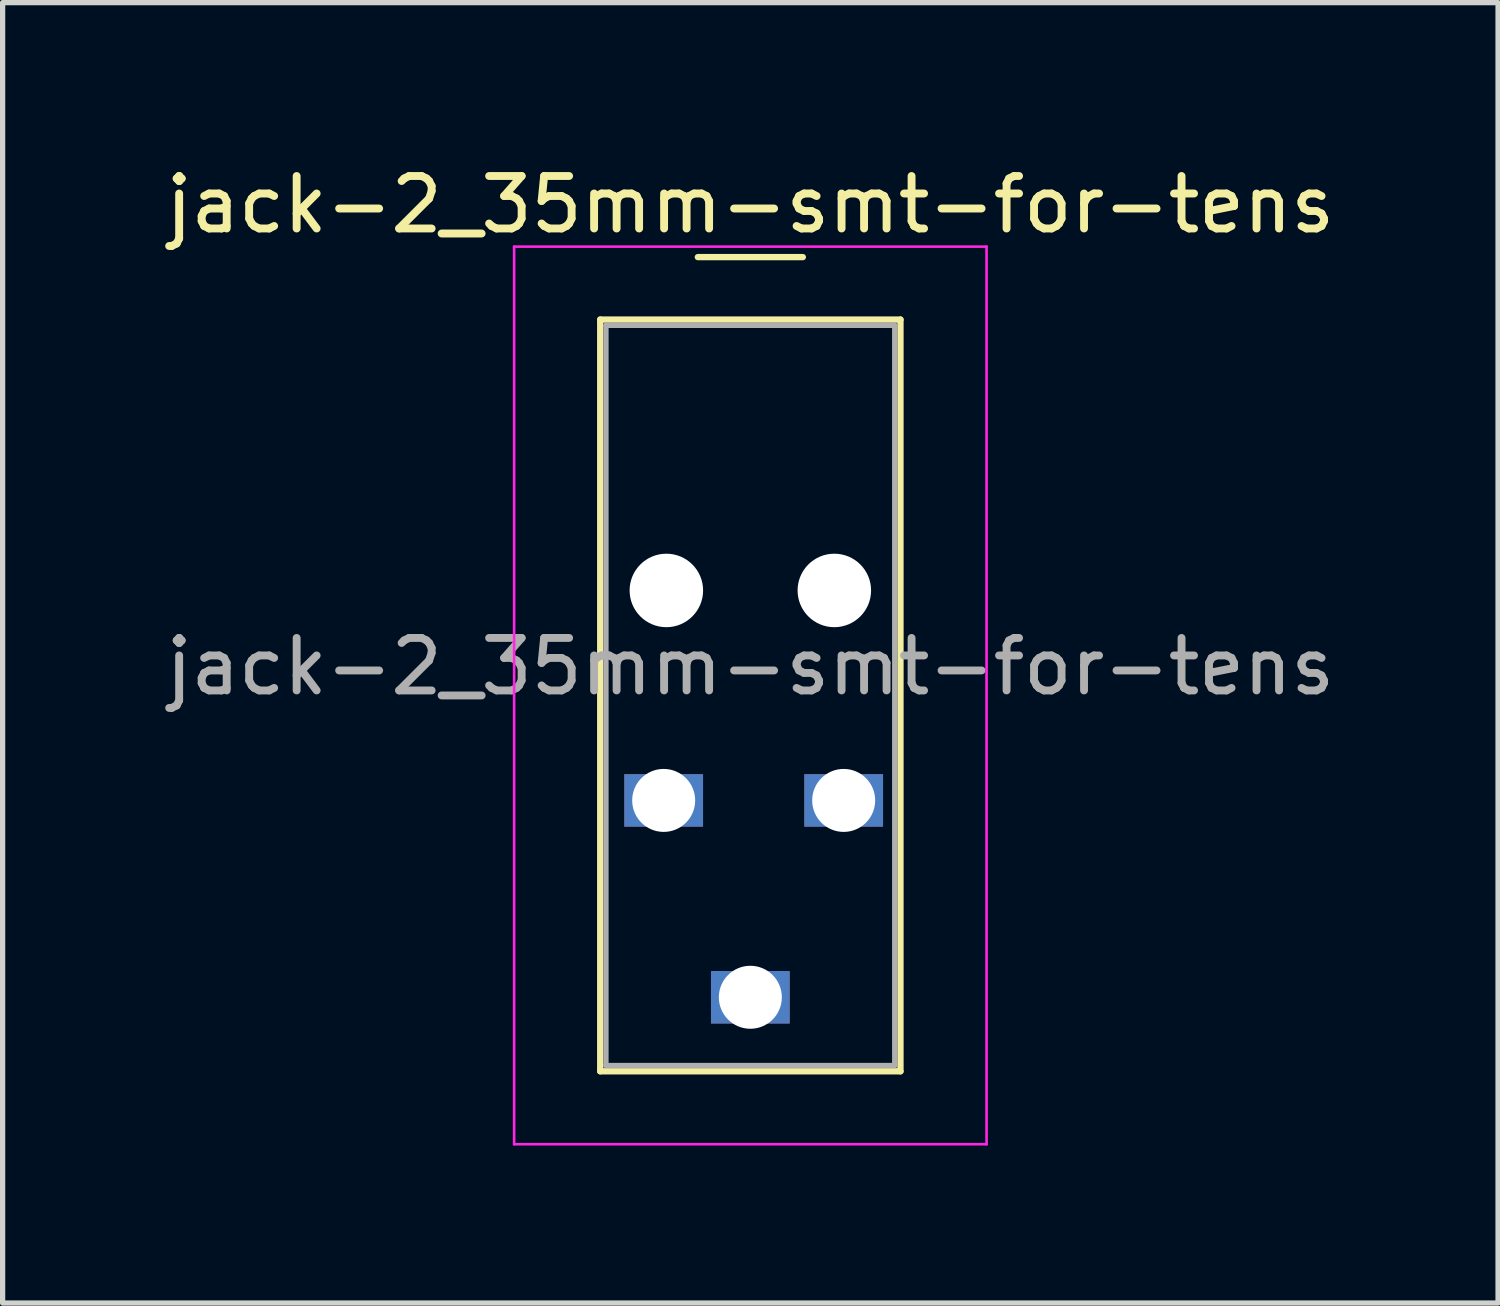
<source format=kicad_pcb>
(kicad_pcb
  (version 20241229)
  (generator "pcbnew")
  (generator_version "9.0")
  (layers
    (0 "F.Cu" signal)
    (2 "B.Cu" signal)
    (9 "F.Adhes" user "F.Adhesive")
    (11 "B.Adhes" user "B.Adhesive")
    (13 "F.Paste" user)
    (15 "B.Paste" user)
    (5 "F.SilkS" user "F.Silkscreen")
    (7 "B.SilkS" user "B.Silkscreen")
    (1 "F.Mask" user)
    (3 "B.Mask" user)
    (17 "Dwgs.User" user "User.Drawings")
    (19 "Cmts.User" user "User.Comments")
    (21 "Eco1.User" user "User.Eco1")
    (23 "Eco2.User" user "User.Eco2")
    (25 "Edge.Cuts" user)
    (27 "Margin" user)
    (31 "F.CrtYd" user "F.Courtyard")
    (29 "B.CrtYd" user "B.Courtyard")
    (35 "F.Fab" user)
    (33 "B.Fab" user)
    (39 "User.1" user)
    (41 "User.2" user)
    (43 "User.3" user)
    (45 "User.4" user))
  (footprint "jack-2_35mm-smt-for-tens"
    (layer "F.Cu")
    (at 11.244 4.148)
    (property "Reference" "jack-2_35mm-smt-for-tens" (at 0 -3.3 0) (layer "F.SilkS") (effects (font (size 1 1) (thickness 0.15))))
    (attr through_hole)
    (fp_line (start -2.86 -1.11) (end 2.86 -1.11) (stroke (width 0.12) (type solid)) (layer "F.SilkS"))
    (fp_line (start -2.86 13.21) (end -2.86 -1.11) (stroke (width 0.12) (type solid)) (layer "F.SilkS"))
    (fp_line (start -1 -2.3) (end 1 -2.3) (stroke (width 0.12) (type solid)) (layer "F.SilkS"))
    (fp_line (start 2.86 -1.11) (end 2.86 13.21) (stroke (width 0.12) (type solid)) (layer "F.SilkS"))
    (fp_line (start 2.86 13.21) (end -2.86 13.21) (stroke (width 0.12) (type solid)) (layer "F.SilkS"))
    (fp_line (start -4.5 -2.5) (end -4.5 14.6) (stroke (width 0.05) (type solid)) (layer "F.CrtYd"))
    (fp_line (start -4.5 14.6) (end 4.5 14.6) (stroke (width 0.05) (type solid)) (layer "F.CrtYd"))
    (fp_line (start 4.5 -2.5) (end -4.5 -2.5) (stroke (width 0.05) (type solid)) (layer "F.CrtYd"))
    (fp_line (start 4.5 14.6) (end 4.5 -2.5) (stroke (width 0.05) (type solid)) (layer "F.CrtYd"))
    (fp_line (start -2.75 -1) (end 2.75 -1) (stroke (width 0.1) (type solid)) (layer "F.Fab"))
    (fp_line (start -2.75 13.1) (end -2.75 -1) (stroke (width 0.1) (type solid)) (layer "F.Fab"))
    (fp_line (start 2.75 -1) (end 2.75 13.1) (stroke (width 0.1) (type solid)) (layer "F.Fab"))
    (fp_line (start 2.75 13.1) (end -2.75 13.1) (stroke (width 0.1) (type solid)) (layer "F.Fab"))
    (fp_text user "${REFERENCE}" (at 0 5.5 0) (layer "F.Fab") (effects (font (size 1 1) (thickness 0.15))))
    (pad "" np_thru_hole circle (at -1.6 4.05) (size 1.4 1.4) (drill 1.4) (layers "*.Cu" "*.Mask"))
    (pad "" np_thru_hole circle (at 1.6 4.05) (size 1.4 1.4) (drill 1.4) (layers "*.Cu" "*.Mask"))
    (pad "1" thru_hole rect (at 0 11.8) (size 1.5 1) (drill 1.2 0.7) (layers "*.Cu" "*.Mask"))
    (pad "2" thru_hole rect (at -1.651 8.05) (size 1.5 1) (drill 1.2 0.7) (layers "*.Cu" "*.Mask"))
    (pad "3" thru_hole rect (at 1.778 8.05) (size 1.5 1) (drill 1.2 0.7) (layers "*.Cu" "*.Mask")))
  (gr_rect
    (start -3 -3)
    (end 25.488 21.773)
    (stroke (width 0.1) (type default))
    (fill no)
    (layer "Edge.Cuts")))
</source>
